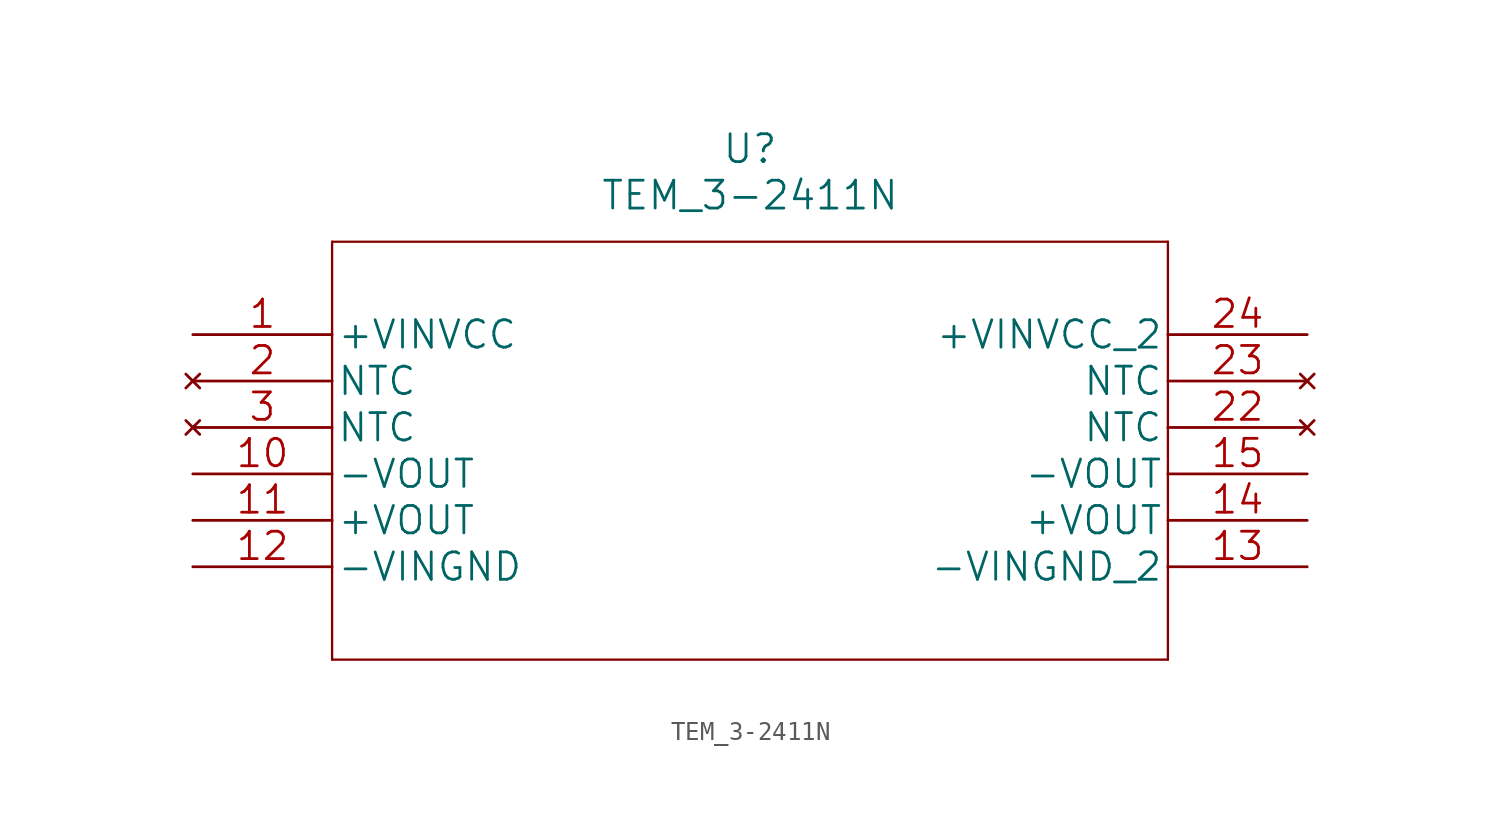
<source format=kicad_sym>
(kicad_symbol_lib
  (version 20211014)
  (generator kicad_symbol_editor)
  (symbol "TEM_3-2411N"
    (pin_names
      (offset 0.254))
    (property "Reference" "U"
      (at 30.48 10.16 0)
      (effects (font (size 1.524 1.524))))
    (property "Value" "TEM_3-2411N"
      (at 30.48 7.62 0)
      (effects (font (size 1.524 1.524))))
    (property "Datasheet" ""
      (at 0 0 0)
      (effects (font (size 1.524 1.524))))
    (property "ki_locked" ""
      (at 0 0 0)
      (effects (font (size 1.27 1.27))))
    (symbol "TEM_3-2411N_1_1"
      (polyline (pts (xy 7.62 -17.78) (xy 53.34 -17.78)) (stroke (width 0.127) (type default) (color 0 0 0 0)) (fill (type none)))
      (polyline (pts (xy 7.62 5.08) (xy 7.62 -17.78)) (stroke (width 0.127) (type default) (color 0 0 0 0)) (fill (type none)))
      (polyline (pts (xy 53.34 -17.78) (xy 53.34 5.08)) (stroke (width 0.127) (type default) (color 0 0 0 0)) (fill (type none)))
      (polyline (pts (xy 53.34 5.08) (xy 7.62 5.08)) (stroke (width 0.127) (type default) (color 0 0 0 0)) (fill (type none)))
      (pin power_in line (at 0 0 0) (length 7.62) (name "+VINVCC" (effects (font (size 1.499 1.499)))) (number "1" (effects (font (size 1.499 1.499)))))
      (pin power_in line (at 0 -7.62 0) (length 7.62) (name "-VOUT" (effects (font (size 1.499 1.499)))) (number "10" (effects (font (size 1.499 1.499)))))
      (pin power_out line (at 0 -10.16 0) (length 7.62) (name "+VOUT" (effects (font (size 1.499 1.499)))) (number "11" (effects (font (size 1.499 1.499)))))
      (pin power_in line (at 0 -12.7 0) (length 7.62) (name "-VINGND" (effects (font (size 1.499 1.499)))) (number "12" (effects (font (size 1.499 1.499)))))
      (pin power_in line (at 60.96 -12.7 180) (length 7.62) (name "-VINGND_2" (effects (font (size 1.499 1.499)))) (number "13" (effects (font (size 1.499 1.499)))))
      (pin power_out line (at 60.96 -10.16 180) (length 7.62) (name "+VOUT" (effects (font (size 1.499 1.499)))) (number "14" (effects (font (size 1.499 1.499)))))
      (pin power_in line (at 60.96 -7.62 180) (length 7.62) (name "-VOUT" (effects (font (size 1.499 1.499)))) (number "15" (effects (font (size 1.499 1.499)))))
      (pin no_connect line (at 0 -2.54 0) (length 7.62) (name "NTC" (effects (font (size 1.499 1.499)))) (number "2" (effects (font (size 1.499 1.499)))))
      (pin no_connect line (at 60.96 -5.08 180) (length 7.62) (name "NTC" (effects (font (size 1.499 1.499)))) (number "22" (effects (font (size 1.499 1.499)))))
      (pin no_connect line (at 60.96 -2.54 180) (length 7.62) (name "NTC" (effects (font (size 1.499 1.499)))) (number "23" (effects (font (size 1.499 1.499)))))
      (pin power_in line (at 60.96 0 180) (length 7.62) (name "+VINVCC_2" (effects (font (size 1.499 1.499)))) (number "24" (effects (font (size 1.499 1.499)))))
      (pin no_connect line (at 0 -5.08 0) (length 7.62) (name "NTC" (effects (font (size 1.499 1.499)))) (number "3" (effects (font (size 1.499 1.499))))))))
</source>
